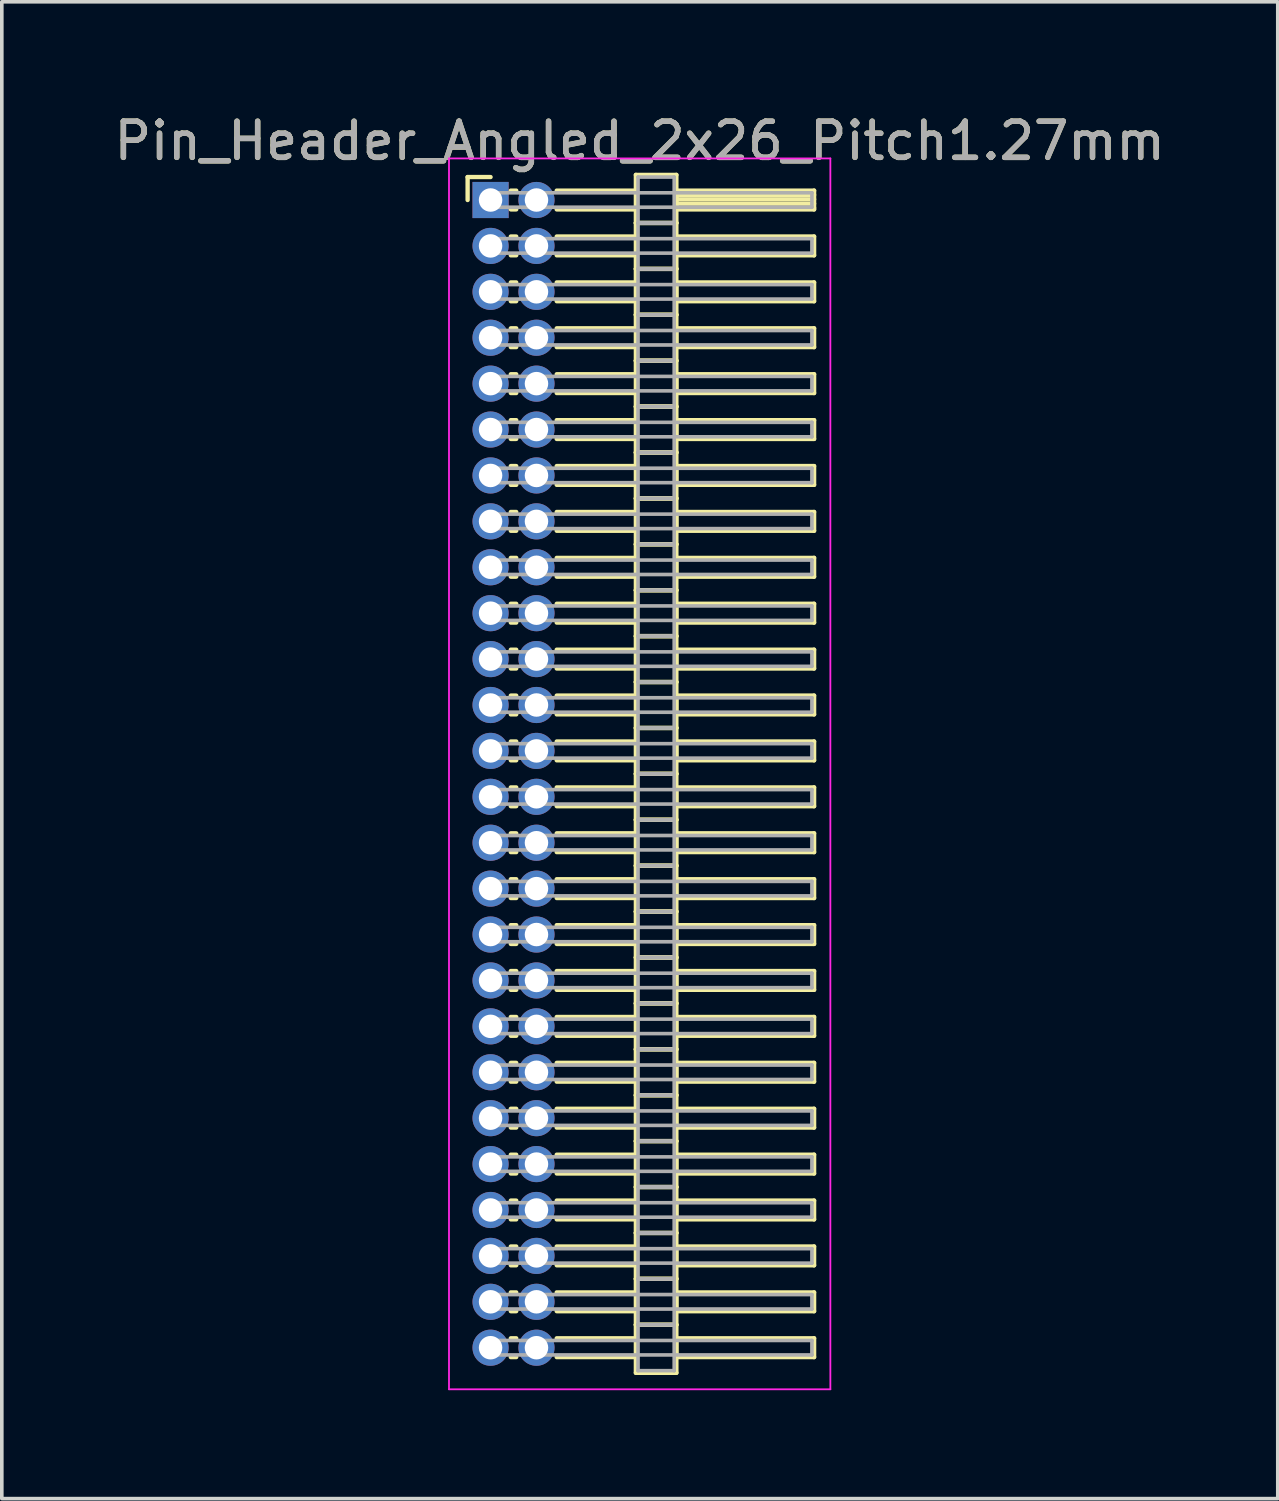
<source format=kicad_pcb>
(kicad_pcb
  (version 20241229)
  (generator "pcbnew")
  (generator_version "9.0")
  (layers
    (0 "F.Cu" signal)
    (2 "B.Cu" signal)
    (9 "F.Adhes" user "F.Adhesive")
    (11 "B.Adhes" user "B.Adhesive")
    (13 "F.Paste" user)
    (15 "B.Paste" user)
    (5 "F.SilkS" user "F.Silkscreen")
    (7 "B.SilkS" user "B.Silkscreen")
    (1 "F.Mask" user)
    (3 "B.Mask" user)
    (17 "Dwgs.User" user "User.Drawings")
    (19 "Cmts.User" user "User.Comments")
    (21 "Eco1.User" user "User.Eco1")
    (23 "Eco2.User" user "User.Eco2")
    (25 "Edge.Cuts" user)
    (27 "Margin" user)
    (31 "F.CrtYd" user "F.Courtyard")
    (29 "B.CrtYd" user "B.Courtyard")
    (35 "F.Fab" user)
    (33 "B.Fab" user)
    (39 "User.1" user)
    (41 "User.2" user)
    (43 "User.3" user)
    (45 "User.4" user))
  (footprint "Pin_Header_Angled_2x26_Pitch1.27mm"
    (layer "F.Cu")
    (at 10.521 2.483)
    (property "Reference" "Pin_Header_Angled_2x26_Pitch1.27mm" (at 4.128 -1.635 0) (layer "F.SilkS") (effects (font (size 1 1) (thickness 0.15))))
    (attr through_hole)
    (fp_line (start -0.635 -0.635) (end 0 -0.635) (stroke (width 0.12) (type solid)) (layer "F.SilkS"))
    (fp_line (start -0.635 0) (end -0.635 -0.635) (stroke (width 0.12) (type solid)) (layer "F.SilkS"))
    (fp_line (start 0.56 -0.26) (end 0.71 -0.26) (stroke (width 0.12) (type solid)) (layer "F.SilkS"))
    (fp_line (start 0.56 0.26) (end 0.71 0.26) (stroke (width 0.12) (type solid)) (layer "F.SilkS"))
    (fp_line (start 0.56 1.01) (end 0.71 1.01) (stroke (width 0.12) (type solid)) (layer "F.SilkS"))
    (fp_line (start 0.56 1.53) (end 0.71 1.53) (stroke (width 0.12) (type solid)) (layer "F.SilkS"))
    (fp_line (start 0.56 2.28) (end 0.71 2.28) (stroke (width 0.12) (type solid)) (layer "F.SilkS"))
    (fp_line (start 0.56 2.8) (end 0.71 2.8) (stroke (width 0.12) (type solid)) (layer "F.SilkS"))
    (fp_line (start 0.56 3.55) (end 0.71 3.55) (stroke (width 0.12) (type solid)) (layer "F.SilkS"))
    (fp_line (start 0.56 4.07) (end 0.71 4.07) (stroke (width 0.12) (type solid)) (layer "F.SilkS"))
    (fp_line (start 0.56 4.82) (end 0.71 4.82) (stroke (width 0.12) (type solid)) (layer "F.SilkS"))
    (fp_line (start 0.56 5.34) (end 0.71 5.34) (stroke (width 0.12) (type solid)) (layer "F.SilkS"))
    (fp_line (start 0.56 6.09) (end 0.71 6.09) (stroke (width 0.12) (type solid)) (layer "F.SilkS"))
    (fp_line (start 0.56 6.61) (end 0.71 6.61) (stroke (width 0.12) (type solid)) (layer "F.SilkS"))
    (fp_line (start 0.56 7.36) (end 0.71 7.36) (stroke (width 0.12) (type solid)) (layer "F.SilkS"))
    (fp_line (start 0.56 7.88) (end 0.71 7.88) (stroke (width 0.12) (type solid)) (layer "F.SilkS"))
    (fp_line (start 0.56 8.63) (end 0.71 8.63) (stroke (width 0.12) (type solid)) (layer "F.SilkS"))
    (fp_line (start 0.56 9.15) (end 0.71 9.15) (stroke (width 0.12) (type solid)) (layer "F.SilkS"))
    (fp_line (start 0.56 9.9) (end 0.71 9.9) (stroke (width 0.12) (type solid)) (layer "F.SilkS"))
    (fp_line (start 0.56 10.42) (end 0.71 10.42) (stroke (width 0.12) (type solid)) (layer "F.SilkS"))
    (fp_line (start 0.56 11.17) (end 0.71 11.17) (stroke (width 0.12) (type solid)) (layer "F.SilkS"))
    (fp_line (start 0.56 11.69) (end 0.71 11.69) (stroke (width 0.12) (type solid)) (layer "F.SilkS"))
    (fp_line (start 0.56 12.44) (end 0.71 12.44) (stroke (width 0.12) (type solid)) (layer "F.SilkS"))
    (fp_line (start 0.56 12.96) (end 0.71 12.96) (stroke (width 0.12) (type solid)) (layer "F.SilkS"))
    (fp_line (start 0.56 13.71) (end 0.71 13.71) (stroke (width 0.12) (type solid)) (layer "F.SilkS"))
    (fp_line (start 0.56 14.23) (end 0.71 14.23) (stroke (width 0.12) (type solid)) (layer "F.SilkS"))
    (fp_line (start 0.56 14.98) (end 0.71 14.98) (stroke (width 0.12) (type solid)) (layer "F.SilkS"))
    (fp_line (start 0.56 15.5) (end 0.71 15.5) (stroke (width 0.12) (type solid)) (layer "F.SilkS"))
    (fp_line (start 0.56 16.25) (end 0.71 16.25) (stroke (width 0.12) (type solid)) (layer "F.SilkS"))
    (fp_line (start 0.56 16.77) (end 0.71 16.77) (stroke (width 0.12) (type solid)) (layer "F.SilkS"))
    (fp_line (start 0.56 17.52) (end 0.71 17.52) (stroke (width 0.12) (type solid)) (layer "F.SilkS"))
    (fp_line (start 0.56 18.04) (end 0.71 18.04) (stroke (width 0.12) (type solid)) (layer "F.SilkS"))
    (fp_line (start 0.56 18.79) (end 0.71 18.79) (stroke (width 0.12) (type solid)) (layer "F.SilkS"))
    (fp_line (start 0.56 19.31) (end 0.71 19.31) (stroke (width 0.12) (type solid)) (layer "F.SilkS"))
    (fp_line (start 0.56 20.06) (end 0.71 20.06) (stroke (width 0.12) (type solid)) (layer "F.SilkS"))
    (fp_line (start 0.56 20.58) (end 0.71 20.58) (stroke (width 0.12) (type solid)) (layer "F.SilkS"))
    (fp_line (start 0.56 21.33) (end 0.71 21.33) (stroke (width 0.12) (type solid)) (layer "F.SilkS"))
    (fp_line (start 0.56 21.85) (end 0.71 21.85) (stroke (width 0.12) (type solid)) (layer "F.SilkS"))
    (fp_line (start 0.56 22.6) (end 0.71 22.6) (stroke (width 0.12) (type solid)) (layer "F.SilkS"))
    (fp_line (start 0.56 23.12) (end 0.71 23.12) (stroke (width 0.12) (type solid)) (layer "F.SilkS"))
    (fp_line (start 0.56 23.87) (end 0.71 23.87) (stroke (width 0.12) (type solid)) (layer "F.SilkS"))
    (fp_line (start 0.56 24.39) (end 0.71 24.39) (stroke (width 0.12) (type solid)) (layer "F.SilkS"))
    (fp_line (start 0.56 25.14) (end 0.71 25.14) (stroke (width 0.12) (type solid)) (layer "F.SilkS"))
    (fp_line (start 0.56 25.66) (end 0.71 25.66) (stroke (width 0.12) (type solid)) (layer "F.SilkS"))
    (fp_line (start 0.56 26.41) (end 0.71 26.41) (stroke (width 0.12) (type solid)) (layer "F.SilkS"))
    (fp_line (start 0.56 26.93) (end 0.71 26.93) (stroke (width 0.12) (type solid)) (layer "F.SilkS"))
    (fp_line (start 0.56 27.68) (end 0.71 27.68) (stroke (width 0.12) (type solid)) (layer "F.SilkS"))
    (fp_line (start 0.56 28.2) (end 0.71 28.2) (stroke (width 0.12) (type solid)) (layer "F.SilkS"))
    (fp_line (start 0.56 28.95) (end 0.71 28.95) (stroke (width 0.12) (type solid)) (layer "F.SilkS"))
    (fp_line (start 0.56 29.47) (end 0.71 29.47) (stroke (width 0.12) (type solid)) (layer "F.SilkS"))
    (fp_line (start 0.56 30.22) (end 0.71 30.22) (stroke (width 0.12) (type solid)) (layer "F.SilkS"))
    (fp_line (start 0.56 30.74) (end 0.71 30.74) (stroke (width 0.12) (type solid)) (layer "F.SilkS"))
    (fp_line (start 0.56 31.49) (end 0.71 31.49) (stroke (width 0.12) (type solid)) (layer "F.SilkS"))
    (fp_line (start 0.56 32.01) (end 0.71 32.01) (stroke (width 0.12) (type solid)) (layer "F.SilkS"))
    (fp_line (start 1.83 -0.26) (end 4.02 -0.26) (stroke (width 0.12) (type solid)) (layer "F.SilkS"))
    (fp_line (start 1.83 0.26) (end 4.02 0.26) (stroke (width 0.12) (type solid)) (layer "F.SilkS"))
    (fp_line (start 1.83 1.01) (end 4.02 1.01) (stroke (width 0.12) (type solid)) (layer "F.SilkS"))
    (fp_line (start 1.83 1.53) (end 4.02 1.53) (stroke (width 0.12) (type solid)) (layer "F.SilkS"))
    (fp_line (start 1.83 2.28) (end 4.02 2.28) (stroke (width 0.12) (type solid)) (layer "F.SilkS"))
    (fp_line (start 1.83 2.8) (end 4.02 2.8) (stroke (width 0.12) (type solid)) (layer "F.SilkS"))
    (fp_line (start 1.83 3.55) (end 4.02 3.55) (stroke (width 0.12) (type solid)) (layer "F.SilkS"))
    (fp_line (start 1.83 4.07) (end 4.02 4.07) (stroke (width 0.12) (type solid)) (layer "F.SilkS"))
    (fp_line (start 1.83 4.82) (end 4.02 4.82) (stroke (width 0.12) (type solid)) (layer "F.SilkS"))
    (fp_line (start 1.83 5.34) (end 4.02 5.34) (stroke (width 0.12) (type solid)) (layer "F.SilkS"))
    (fp_line (start 1.83 6.09) (end 4.02 6.09) (stroke (width 0.12) (type solid)) (layer "F.SilkS"))
    (fp_line (start 1.83 6.61) (end 4.02 6.61) (stroke (width 0.12) (type solid)) (layer "F.SilkS"))
    (fp_line (start 1.83 7.36) (end 4.02 7.36) (stroke (width 0.12) (type solid)) (layer "F.SilkS"))
    (fp_line (start 1.83 7.88) (end 4.02 7.88) (stroke (width 0.12) (type solid)) (layer "F.SilkS"))
    (fp_line (start 1.83 8.63) (end 4.02 8.63) (stroke (width 0.12) (type solid)) (layer "F.SilkS"))
    (fp_line (start 1.83 9.15) (end 4.02 9.15) (stroke (width 0.12) (type solid)) (layer "F.SilkS"))
    (fp_line (start 1.83 9.9) (end 4.02 9.9) (stroke (width 0.12) (type solid)) (layer "F.SilkS"))
    (fp_line (start 1.83 10.42) (end 4.02 10.42) (stroke (width 0.12) (type solid)) (layer "F.SilkS"))
    (fp_line (start 1.83 11.17) (end 4.02 11.17) (stroke (width 0.12) (type solid)) (layer "F.SilkS"))
    (fp_line (start 1.83 11.69) (end 4.02 11.69) (stroke (width 0.12) (type solid)) (layer "F.SilkS"))
    (fp_line (start 1.83 12.44) (end 4.02 12.44) (stroke (width 0.12) (type solid)) (layer "F.SilkS"))
    (fp_line (start 1.83 12.96) (end 4.02 12.96) (stroke (width 0.12) (type solid)) (layer "F.SilkS"))
    (fp_line (start 1.83 13.71) (end 4.02 13.71) (stroke (width 0.12) (type solid)) (layer "F.SilkS"))
    (fp_line (start 1.83 14.23) (end 4.02 14.23) (stroke (width 0.12) (type solid)) (layer "F.SilkS"))
    (fp_line (start 1.83 14.98) (end 4.02 14.98) (stroke (width 0.12) (type solid)) (layer "F.SilkS"))
    (fp_line (start 1.83 15.5) (end 4.02 15.5) (stroke (width 0.12) (type solid)) (layer "F.SilkS"))
    (fp_line (start 1.83 16.25) (end 4.02 16.25) (stroke (width 0.12) (type solid)) (layer "F.SilkS"))
    (fp_line (start 1.83 16.77) (end 4.02 16.77) (stroke (width 0.12) (type solid)) (layer "F.SilkS"))
    (fp_line (start 1.83 17.52) (end 4.02 17.52) (stroke (width 0.12) (type solid)) (layer "F.SilkS"))
    (fp_line (start 1.83 18.04) (end 4.02 18.04) (stroke (width 0.12) (type solid)) (layer "F.SilkS"))
    (fp_line (start 1.83 18.79) (end 4.02 18.79) (stroke (width 0.12) (type solid)) (layer "F.SilkS"))
    (fp_line (start 1.83 19.31) (end 4.02 19.31) (stroke (width 0.12) (type solid)) (layer "F.SilkS"))
    (fp_line (start 1.83 20.06) (end 4.02 20.06) (stroke (width 0.12) (type solid)) (layer "F.SilkS"))
    (fp_line (start 1.83 20.58) (end 4.02 20.58) (stroke (width 0.12) (type solid)) (layer "F.SilkS"))
    (fp_line (start 1.83 21.33) (end 4.02 21.33) (stroke (width 0.12) (type solid)) (layer "F.SilkS"))
    (fp_line (start 1.83 21.85) (end 4.02 21.85) (stroke (width 0.12) (type solid)) (layer "F.SilkS"))
    (fp_line (start 1.83 22.6) (end 4.02 22.6) (stroke (width 0.12) (type solid)) (layer "F.SilkS"))
    (fp_line (start 1.83 23.12) (end 4.02 23.12) (stroke (width 0.12) (type solid)) (layer "F.SilkS"))
    (fp_line (start 1.83 23.87) (end 4.02 23.87) (stroke (width 0.12) (type solid)) (layer "F.SilkS"))
    (fp_line (start 1.83 24.39) (end 4.02 24.39) (stroke (width 0.12) (type solid)) (layer "F.SilkS"))
    (fp_line (start 1.83 25.14) (end 4.02 25.14) (stroke (width 0.12) (type solid)) (layer "F.SilkS"))
    (fp_line (start 1.83 25.66) (end 4.02 25.66) (stroke (width 0.12) (type solid)) (layer "F.SilkS"))
    (fp_line (start 1.83 26.41) (end 4.02 26.41) (stroke (width 0.12) (type solid)) (layer "F.SilkS"))
    (fp_line (start 1.83 26.93) (end 4.02 26.93) (stroke (width 0.12) (type solid)) (layer "F.SilkS"))
    (fp_line (start 1.83 27.68) (end 4.02 27.68) (stroke (width 0.12) (type solid)) (layer "F.SilkS"))
    (fp_line (start 1.83 28.2) (end 4.02 28.2) (stroke (width 0.12) (type solid)) (layer "F.SilkS"))
    (fp_line (start 1.83 28.95) (end 4.02 28.95) (stroke (width 0.12) (type solid)) (layer "F.SilkS"))
    (fp_line (start 1.83 29.47) (end 4.02 29.47) (stroke (width 0.12) (type solid)) (layer "F.SilkS"))
    (fp_line (start 1.83 30.22) (end 4.02 30.22) (stroke (width 0.12) (type solid)) (layer "F.SilkS"))
    (fp_line (start 1.83 30.74) (end 4.02 30.74) (stroke (width 0.12) (type solid)) (layer "F.SilkS"))
    (fp_line (start 1.83 31.49) (end 4.02 31.49) (stroke (width 0.12) (type solid)) (layer "F.SilkS"))
    (fp_line (start 1.83 32.01) (end 4.02 32.01) (stroke (width 0.12) (type solid)) (layer "F.SilkS"))
    (fp_line (start 4.02 -0.695) (end 4.02 0.635) (stroke (width 0.12) (type solid)) (layer "F.SilkS"))
    (fp_line (start 4.02 0.635) (end 4.02 1.905) (stroke (width 0.12) (type solid)) (layer "F.SilkS"))
    (fp_line (start 4.02 0.635) (end 5.14 0.635) (stroke (width 0.12) (type solid)) (layer "F.SilkS"))
    (fp_line (start 4.02 1.905) (end 4.02 3.175) (stroke (width 0.12) (type solid)) (layer "F.SilkS"))
    (fp_line (start 4.02 1.905) (end 5.14 1.905) (stroke (width 0.12) (type solid)) (layer "F.SilkS"))
    (fp_line (start 4.02 3.175) (end 4.02 4.445) (stroke (width 0.12) (type solid)) (layer "F.SilkS"))
    (fp_line (start 4.02 3.175) (end 5.14 3.175) (stroke (width 0.12) (type solid)) (layer "F.SilkS"))
    (fp_line (start 4.02 4.445) (end 4.02 5.715) (stroke (width 0.12) (type solid)) (layer "F.SilkS"))
    (fp_line (start 4.02 4.445) (end 5.14 4.445) (stroke (width 0.12) (type solid)) (layer "F.SilkS"))
    (fp_line (start 4.02 5.715) (end 4.02 6.985) (stroke (width 0.12) (type solid)) (layer "F.SilkS"))
    (fp_line (start 4.02 5.715) (end 5.14 5.715) (stroke (width 0.12) (type solid)) (layer "F.SilkS"))
    (fp_line (start 4.02 6.985) (end 4.02 8.255) (stroke (width 0.12) (type solid)) (layer "F.SilkS"))
    (fp_line (start 4.02 6.985) (end 5.14 6.985) (stroke (width 0.12) (type solid)) (layer "F.SilkS"))
    (fp_line (start 4.02 8.255) (end 4.02 9.525) (stroke (width 0.12) (type solid)) (layer "F.SilkS"))
    (fp_line (start 4.02 8.255) (end 5.14 8.255) (stroke (width 0.12) (type solid)) (layer "F.SilkS"))
    (fp_line (start 4.02 9.525) (end 4.02 10.795) (stroke (width 0.12) (type solid)) (layer "F.SilkS"))
    (fp_line (start 4.02 9.525) (end 5.14 9.525) (stroke (width 0.12) (type solid)) (layer "F.SilkS"))
    (fp_line (start 4.02 10.795) (end 4.02 12.065) (stroke (width 0.12) (type solid)) (layer "F.SilkS"))
    (fp_line (start 4.02 10.795) (end 5.14 10.795) (stroke (width 0.12) (type solid)) (layer "F.SilkS"))
    (fp_line (start 4.02 12.065) (end 4.02 13.335) (stroke (width 0.12) (type solid)) (layer "F.SilkS"))
    (fp_line (start 4.02 12.065) (end 5.14 12.065) (stroke (width 0.12) (type solid)) (layer "F.SilkS"))
    (fp_line (start 4.02 13.335) (end 4.02 14.605) (stroke (width 0.12) (type solid)) (layer "F.SilkS"))
    (fp_line (start 4.02 13.335) (end 5.14 13.335) (stroke (width 0.12) (type solid)) (layer "F.SilkS"))
    (fp_line (start 4.02 14.605) (end 4.02 15.875) (stroke (width 0.12) (type solid)) (layer "F.SilkS"))
    (fp_line (start 4.02 14.605) (end 5.14 14.605) (stroke (width 0.12) (type solid)) (layer "F.SilkS"))
    (fp_line (start 4.02 15.875) (end 4.02 17.145) (stroke (width 0.12) (type solid)) (layer "F.SilkS"))
    (fp_line (start 4.02 15.875) (end 5.14 15.875) (stroke (width 0.12) (type solid)) (layer "F.SilkS"))
    (fp_line (start 4.02 17.145) (end 4.02 18.415) (stroke (width 0.12) (type solid)) (layer "F.SilkS"))
    (fp_line (start 4.02 17.145) (end 5.14 17.145) (stroke (width 0.12) (type solid)) (layer "F.SilkS"))
    (fp_line (start 4.02 18.415) (end 4.02 19.685) (stroke (width 0.12) (type solid)) (layer "F.SilkS"))
    (fp_line (start 4.02 18.415) (end 5.14 18.415) (stroke (width 0.12) (type solid)) (layer "F.SilkS"))
    (fp_line (start 4.02 19.685) (end 4.02 20.955) (stroke (width 0.12) (type solid)) (layer "F.SilkS"))
    (fp_line (start 4.02 19.685) (end 5.14 19.685) (stroke (width 0.12) (type solid)) (layer "F.SilkS"))
    (fp_line (start 4.02 20.955) (end 4.02 22.225) (stroke (width 0.12) (type solid)) (layer "F.SilkS"))
    (fp_line (start 4.02 20.955) (end 5.14 20.955) (stroke (width 0.12) (type solid)) (layer "F.SilkS"))
    (fp_line (start 4.02 22.225) (end 4.02 23.495) (stroke (width 0.12) (type solid)) (layer "F.SilkS"))
    (fp_line (start 4.02 22.225) (end 5.14 22.225) (stroke (width 0.12) (type solid)) (layer "F.SilkS"))
    (fp_line (start 4.02 23.495) (end 4.02 24.765) (stroke (width 0.12) (type solid)) (layer "F.SilkS"))
    (fp_line (start 4.02 23.495) (end 5.14 23.495) (stroke (width 0.12) (type solid)) (layer "F.SilkS"))
    (fp_line (start 4.02 24.765) (end 4.02 26.035) (stroke (width 0.12) (type solid)) (layer "F.SilkS"))
    (fp_line (start 4.02 24.765) (end 5.14 24.765) (stroke (width 0.12) (type solid)) (layer "F.SilkS"))
    (fp_line (start 4.02 26.035) (end 4.02 27.305) (stroke (width 0.12) (type solid)) (layer "F.SilkS"))
    (fp_line (start 4.02 26.035) (end 5.14 26.035) (stroke (width 0.12) (type solid)) (layer "F.SilkS"))
    (fp_line (start 4.02 27.305) (end 4.02 28.575) (stroke (width 0.12) (type solid)) (layer "F.SilkS"))
    (fp_line (start 4.02 27.305) (end 5.14 27.305) (stroke (width 0.12) (type solid)) (layer "F.SilkS"))
    (fp_line (start 4.02 28.575) (end 4.02 29.845) (stroke (width 0.12) (type solid)) (layer "F.SilkS"))
    (fp_line (start 4.02 28.575) (end 5.14 28.575) (stroke (width 0.12) (type solid)) (layer "F.SilkS"))
    (fp_line (start 4.02 29.845) (end 4.02 31.115) (stroke (width 0.12) (type solid)) (layer "F.SilkS"))
    (fp_line (start 4.02 29.845) (end 5.14 29.845) (stroke (width 0.12) (type solid)) (layer "F.SilkS"))
    (fp_line (start 4.02 31.115) (end 4.02 32.445) (stroke (width 0.12) (type solid)) (layer "F.SilkS"))
    (fp_line (start 4.02 31.115) (end 5.14 31.115) (stroke (width 0.12) (type solid)) (layer "F.SilkS"))
    (fp_line (start 4.02 32.445) (end 5.14 32.445) (stroke (width 0.12) (type solid)) (layer "F.SilkS"))
    (fp_line (start 5.14 -0.695) (end 4.02 -0.695) (stroke (width 0.12) (type solid)) (layer "F.SilkS"))
    (fp_line (start 5.14 -0.26) (end 5.14 0.26) (stroke (width 0.12) (type solid)) (layer "F.SilkS"))
    (fp_line (start 5.14 -0.14) (end 8.95 -0.14) (stroke (width 0.12) (type solid)) (layer "F.SilkS"))
    (fp_line (start 5.14 -0.02) (end 8.95 -0.02) (stroke (width 0.12) (type solid)) (layer "F.SilkS"))
    (fp_line (start 5.14 0.1) (end 8.95 0.1) (stroke (width 0.12) (type solid)) (layer "F.SilkS"))
    (fp_line (start 5.14 0.22) (end 8.95 0.22) (stroke (width 0.12) (type solid)) (layer "F.SilkS"))
    (fp_line (start 5.14 0.26) (end 8.95 0.26) (stroke (width 0.12) (type solid)) (layer "F.SilkS"))
    (fp_line (start 5.14 0.635) (end 4.02 0.635) (stroke (width 0.12) (type solid)) (layer "F.SilkS"))
    (fp_line (start 5.14 0.635) (end 5.14 -0.695) (stroke (width 0.12) (type solid)) (layer "F.SilkS"))
    (fp_line (start 5.14 1.01) (end 5.14 1.53) (stroke (width 0.12) (type solid)) (layer "F.SilkS"))
    (fp_line (start 5.14 1.53) (end 8.95 1.53) (stroke (width 0.12) (type solid)) (layer "F.SilkS"))
    (fp_line (start 5.14 1.905) (end 4.02 1.905) (stroke (width 0.12) (type solid)) (layer "F.SilkS"))
    (fp_line (start 5.14 1.905) (end 5.14 0.635) (stroke (width 0.12) (type solid)) (layer "F.SilkS"))
    (fp_line (start 5.14 2.28) (end 5.14 2.8) (stroke (width 0.12) (type solid)) (layer "F.SilkS"))
    (fp_line (start 5.14 2.8) (end 8.95 2.8) (stroke (width 0.12) (type solid)) (layer "F.SilkS"))
    (fp_line (start 5.14 3.175) (end 4.02 3.175) (stroke (width 0.12) (type solid)) (layer "F.SilkS"))
    (fp_line (start 5.14 3.175) (end 5.14 1.905) (stroke (width 0.12) (type solid)) (layer "F.SilkS"))
    (fp_line (start 5.14 3.55) (end 5.14 4.07) (stroke (width 0.12) (type solid)) (layer "F.SilkS"))
    (fp_line (start 5.14 4.07) (end 8.95 4.07) (stroke (width 0.12) (type solid)) (layer "F.SilkS"))
    (fp_line (start 5.14 4.445) (end 4.02 4.445) (stroke (width 0.12) (type solid)) (layer "F.SilkS"))
    (fp_line (start 5.14 4.445) (end 5.14 3.175) (stroke (width 0.12) (type solid)) (layer "F.SilkS"))
    (fp_line (start 5.14 4.82) (end 5.14 5.34) (stroke (width 0.12) (type solid)) (layer "F.SilkS"))
    (fp_line (start 5.14 5.34) (end 8.95 5.34) (stroke (width 0.12) (type solid)) (layer "F.SilkS"))
    (fp_line (start 5.14 5.715) (end 4.02 5.715) (stroke (width 0.12) (type solid)) (layer "F.SilkS"))
    (fp_line (start 5.14 5.715) (end 5.14 4.445) (stroke (width 0.12) (type solid)) (layer "F.SilkS"))
    (fp_line (start 5.14 6.09) (end 5.14 6.61) (stroke (width 0.12) (type solid)) (layer "F.SilkS"))
    (fp_line (start 5.14 6.61) (end 8.95 6.61) (stroke (width 0.12) (type solid)) (layer "F.SilkS"))
    (fp_line (start 5.14 6.985) (end 4.02 6.985) (stroke (width 0.12) (type solid)) (layer "F.SilkS"))
    (fp_line (start 5.14 6.985) (end 5.14 5.715) (stroke (width 0.12) (type solid)) (layer "F.SilkS"))
    (fp_line (start 5.14 7.36) (end 5.14 7.88) (stroke (width 0.12) (type solid)) (layer "F.SilkS"))
    (fp_line (start 5.14 7.88) (end 8.95 7.88) (stroke (width 0.12) (type solid)) (layer "F.SilkS"))
    (fp_line (start 5.14 8.255) (end 4.02 8.255) (stroke (width 0.12) (type solid)) (layer "F.SilkS"))
    (fp_line (start 5.14 8.255) (end 5.14 6.985) (stroke (width 0.12) (type solid)) (layer "F.SilkS"))
    (fp_line (start 5.14 8.63) (end 5.14 9.15) (stroke (width 0.12) (type solid)) (layer "F.SilkS"))
    (fp_line (start 5.14 9.15) (end 8.95 9.15) (stroke (width 0.12) (type solid)) (layer "F.SilkS"))
    (fp_line (start 5.14 9.525) (end 4.02 9.525) (stroke (width 0.12) (type solid)) (layer "F.SilkS"))
    (fp_line (start 5.14 9.525) (end 5.14 8.255) (stroke (width 0.12) (type solid)) (layer "F.SilkS"))
    (fp_line (start 5.14 9.9) (end 5.14 10.42) (stroke (width 0.12) (type solid)) (layer "F.SilkS"))
    (fp_line (start 5.14 10.42) (end 8.95 10.42) (stroke (width 0.12) (type solid)) (layer "F.SilkS"))
    (fp_line (start 5.14 10.795) (end 4.02 10.795) (stroke (width 0.12) (type solid)) (layer "F.SilkS"))
    (fp_line (start 5.14 10.795) (end 5.14 9.525) (stroke (width 0.12) (type solid)) (layer "F.SilkS"))
    (fp_line (start 5.14 11.17) (end 5.14 11.69) (stroke (width 0.12) (type solid)) (layer "F.SilkS"))
    (fp_line (start 5.14 11.69) (end 8.95 11.69) (stroke (width 0.12) (type solid)) (layer "F.SilkS"))
    (fp_line (start 5.14 12.065) (end 4.02 12.065) (stroke (width 0.12) (type solid)) (layer "F.SilkS"))
    (fp_line (start 5.14 12.065) (end 5.14 10.795) (stroke (width 0.12) (type solid)) (layer "F.SilkS"))
    (fp_line (start 5.14 12.44) (end 5.14 12.96) (stroke (width 0.12) (type solid)) (layer "F.SilkS"))
    (fp_line (start 5.14 12.96) (end 8.95 12.96) (stroke (width 0.12) (type solid)) (layer "F.SilkS"))
    (fp_line (start 5.14 13.335) (end 4.02 13.335) (stroke (width 0.12) (type solid)) (layer "F.SilkS"))
    (fp_line (start 5.14 13.335) (end 5.14 12.065) (stroke (width 0.12) (type solid)) (layer "F.SilkS"))
    (fp_line (start 5.14 13.71) (end 5.14 14.23) (stroke (width 0.12) (type solid)) (layer "F.SilkS"))
    (fp_line (start 5.14 14.23) (end 8.95 14.23) (stroke (width 0.12) (type solid)) (layer "F.SilkS"))
    (fp_line (start 5.14 14.605) (end 4.02 14.605) (stroke (width 0.12) (type solid)) (layer "F.SilkS"))
    (fp_line (start 5.14 14.605) (end 5.14 13.335) (stroke (width 0.12) (type solid)) (layer "F.SilkS"))
    (fp_line (start 5.14 14.98) (end 5.14 15.5) (stroke (width 0.12) (type solid)) (layer "F.SilkS"))
    (fp_line (start 5.14 15.5) (end 8.95 15.5) (stroke (width 0.12) (type solid)) (layer "F.SilkS"))
    (fp_line (start 5.14 15.875) (end 4.02 15.875) (stroke (width 0.12) (type solid)) (layer "F.SilkS"))
    (fp_line (start 5.14 15.875) (end 5.14 14.605) (stroke (width 0.12) (type solid)) (layer "F.SilkS"))
    (fp_line (start 5.14 16.25) (end 5.14 16.77) (stroke (width 0.12) (type solid)) (layer "F.SilkS"))
    (fp_line (start 5.14 16.77) (end 8.95 16.77) (stroke (width 0.12) (type solid)) (layer "F.SilkS"))
    (fp_line (start 5.14 17.145) (end 4.02 17.145) (stroke (width 0.12) (type solid)) (layer "F.SilkS"))
    (fp_line (start 5.14 17.145) (end 5.14 15.875) (stroke (width 0.12) (type solid)) (layer "F.SilkS"))
    (fp_line (start 5.14 17.52) (end 5.14 18.04) (stroke (width 0.12) (type solid)) (layer "F.SilkS"))
    (fp_line (start 5.14 18.04) (end 8.95 18.04) (stroke (width 0.12) (type solid)) (layer "F.SilkS"))
    (fp_line (start 5.14 18.415) (end 4.02 18.415) (stroke (width 0.12) (type solid)) (layer "F.SilkS"))
    (fp_line (start 5.14 18.415) (end 5.14 17.145) (stroke (width 0.12) (type solid)) (layer "F.SilkS"))
    (fp_line (start 5.14 18.79) (end 5.14 19.31) (stroke (width 0.12) (type solid)) (layer "F.SilkS"))
    (fp_line (start 5.14 19.31) (end 8.95 19.31) (stroke (width 0.12) (type solid)) (layer "F.SilkS"))
    (fp_line (start 5.14 19.685) (end 4.02 19.685) (stroke (width 0.12) (type solid)) (layer "F.SilkS"))
    (fp_line (start 5.14 19.685) (end 5.14 18.415) (stroke (width 0.12) (type solid)) (layer "F.SilkS"))
    (fp_line (start 5.14 20.06) (end 5.14 20.58) (stroke (width 0.12) (type solid)) (layer "F.SilkS"))
    (fp_line (start 5.14 20.58) (end 8.95 20.58) (stroke (width 0.12) (type solid)) (layer "F.SilkS"))
    (fp_line (start 5.14 20.955) (end 4.02 20.955) (stroke (width 0.12) (type solid)) (layer "F.SilkS"))
    (fp_line (start 5.14 20.955) (end 5.14 19.685) (stroke (width 0.12) (type solid)) (layer "F.SilkS"))
    (fp_line (start 5.14 21.33) (end 5.14 21.85) (stroke (width 0.12) (type solid)) (layer "F.SilkS"))
    (fp_line (start 5.14 21.85) (end 8.95 21.85) (stroke (width 0.12) (type solid)) (layer "F.SilkS"))
    (fp_line (start 5.14 22.225) (end 4.02 22.225) (stroke (width 0.12) (type solid)) (layer "F.SilkS"))
    (fp_line (start 5.14 22.225) (end 5.14 20.955) (stroke (width 0.12) (type solid)) (layer "F.SilkS"))
    (fp_line (start 5.14 22.6) (end 5.14 23.12) (stroke (width 0.12) (type solid)) (layer "F.SilkS"))
    (fp_line (start 5.14 23.12) (end 8.95 23.12) (stroke (width 0.12) (type solid)) (layer "F.SilkS"))
    (fp_line (start 5.14 23.495) (end 4.02 23.495) (stroke (width 0.12) (type solid)) (layer "F.SilkS"))
    (fp_line (start 5.14 23.495) (end 5.14 22.225) (stroke (width 0.12) (type solid)) (layer "F.SilkS"))
    (fp_line (start 5.14 23.87) (end 5.14 24.39) (stroke (width 0.12) (type solid)) (layer "F.SilkS"))
    (fp_line (start 5.14 24.39) (end 8.95 24.39) (stroke (width 0.12) (type solid)) (layer "F.SilkS"))
    (fp_line (start 5.14 24.765) (end 4.02 24.765) (stroke (width 0.12) (type solid)) (layer "F.SilkS"))
    (fp_line (start 5.14 24.765) (end 5.14 23.495) (stroke (width 0.12) (type solid)) (layer "F.SilkS"))
    (fp_line (start 5.14 25.14) (end 5.14 25.66) (stroke (width 0.12) (type solid)) (layer "F.SilkS"))
    (fp_line (start 5.14 25.66) (end 8.95 25.66) (stroke (width 0.12) (type solid)) (layer "F.SilkS"))
    (fp_line (start 5.14 26.035) (end 4.02 26.035) (stroke (width 0.12) (type solid)) (layer "F.SilkS"))
    (fp_line (start 5.14 26.035) (end 5.14 24.765) (stroke (width 0.12) (type solid)) (layer "F.SilkS"))
    (fp_line (start 5.14 26.41) (end 5.14 26.93) (stroke (width 0.12) (type solid)) (layer "F.SilkS"))
    (fp_line (start 5.14 26.93) (end 8.95 26.93) (stroke (width 0.12) (type solid)) (layer "F.SilkS"))
    (fp_line (start 5.14 27.305) (end 4.02 27.305) (stroke (width 0.12) (type solid)) (layer "F.SilkS"))
    (fp_line (start 5.14 27.305) (end 5.14 26.035) (stroke (width 0.12) (type solid)) (layer "F.SilkS"))
    (fp_line (start 5.14 27.68) (end 5.14 28.2) (stroke (width 0.12) (type solid)) (layer "F.SilkS"))
    (fp_line (start 5.14 28.2) (end 8.95 28.2) (stroke (width 0.12) (type solid)) (layer "F.SilkS"))
    (fp_line (start 5.14 28.575) (end 4.02 28.575) (stroke (width 0.12) (type solid)) (layer "F.SilkS"))
    (fp_line (start 5.14 28.575) (end 5.14 27.305) (stroke (width 0.12) (type solid)) (layer "F.SilkS"))
    (fp_line (start 5.14 28.95) (end 5.14 29.47) (stroke (width 0.12) (type solid)) (layer "F.SilkS"))
    (fp_line (start 5.14 29.47) (end 8.95 29.47) (stroke (width 0.12) (type solid)) (layer "F.SilkS"))
    (fp_line (start 5.14 29.845) (end 4.02 29.845) (stroke (width 0.12) (type solid)) (layer "F.SilkS"))
    (fp_line (start 5.14 29.845) (end 5.14 28.575) (stroke (width 0.12) (type solid)) (layer "F.SilkS"))
    (fp_line (start 5.14 30.22) (end 5.14 30.74) (stroke (width 0.12) (type solid)) (layer "F.SilkS"))
    (fp_line (start 5.14 30.74) (end 8.95 30.74) (stroke (width 0.12) (type solid)) (layer "F.SilkS"))
    (fp_line (start 5.14 31.115) (end 4.02 31.115) (stroke (width 0.12) (type solid)) (layer "F.SilkS"))
    (fp_line (start 5.14 31.115) (end 5.14 29.845) (stroke (width 0.12) (type solid)) (layer "F.SilkS"))
    (fp_line (start 5.14 31.49) (end 5.14 32.01) (stroke (width 0.12) (type solid)) (layer "F.SilkS"))
    (fp_line (start 5.14 32.01) (end 8.95 32.01) (stroke (width 0.12) (type solid)) (layer "F.SilkS"))
    (fp_line (start 5.14 32.445) (end 5.14 31.115) (stroke (width 0.12) (type solid)) (layer "F.SilkS"))
    (fp_line (start 8.95 -0.26) (end 5.14 -0.26) (stroke (width 0.12) (type solid)) (layer "F.SilkS"))
    (fp_line (start 8.95 0.26) (end 8.95 -0.26) (stroke (width 0.12) (type solid)) (layer "F.SilkS"))
    (fp_line (start 8.95 1.01) (end 5.14 1.01) (stroke (width 0.12) (type solid)) (layer "F.SilkS"))
    (fp_line (start 8.95 1.53) (end 8.95 1.01) (stroke (width 0.12) (type solid)) (layer "F.SilkS"))
    (fp_line (start 8.95 2.28) (end 5.14 2.28) (stroke (width 0.12) (type solid)) (layer "F.SilkS"))
    (fp_line (start 8.95 2.8) (end 8.95 2.28) (stroke (width 0.12) (type solid)) (layer "F.SilkS"))
    (fp_line (start 8.95 3.55) (end 5.14 3.55) (stroke (width 0.12) (type solid)) (layer "F.SilkS"))
    (fp_line (start 8.95 4.07) (end 8.95 3.55) (stroke (width 0.12) (type solid)) (layer "F.SilkS"))
    (fp_line (start 8.95 4.82) (end 5.14 4.82) (stroke (width 0.12) (type solid)) (layer "F.SilkS"))
    (fp_line (start 8.95 5.34) (end 8.95 4.82) (stroke (width 0.12) (type solid)) (layer "F.SilkS"))
    (fp_line (start 8.95 6.09) (end 5.14 6.09) (stroke (width 0.12) (type solid)) (layer "F.SilkS"))
    (fp_line (start 8.95 6.61) (end 8.95 6.09) (stroke (width 0.12) (type solid)) (layer "F.SilkS"))
    (fp_line (start 8.95 7.36) (end 5.14 7.36) (stroke (width 0.12) (type solid)) (layer "F.SilkS"))
    (fp_line (start 8.95 7.88) (end 8.95 7.36) (stroke (width 0.12) (type solid)) (layer "F.SilkS"))
    (fp_line (start 8.95 8.63) (end 5.14 8.63) (stroke (width 0.12) (type solid)) (layer "F.SilkS"))
    (fp_line (start 8.95 9.15) (end 8.95 8.63) (stroke (width 0.12) (type solid)) (layer "F.SilkS"))
    (fp_line (start 8.95 9.9) (end 5.14 9.9) (stroke (width 0.12) (type solid)) (layer "F.SilkS"))
    (fp_line (start 8.95 10.42) (end 8.95 9.9) (stroke (width 0.12) (type solid)) (layer "F.SilkS"))
    (fp_line (start 8.95 11.17) (end 5.14 11.17) (stroke (width 0.12) (type solid)) (layer "F.SilkS"))
    (fp_line (start 8.95 11.69) (end 8.95 11.17) (stroke (width 0.12) (type solid)) (layer "F.SilkS"))
    (fp_line (start 8.95 12.44) (end 5.14 12.44) (stroke (width 0.12) (type solid)) (layer "F.SilkS"))
    (fp_line (start 8.95 12.96) (end 8.95 12.44) (stroke (width 0.12) (type solid)) (layer "F.SilkS"))
    (fp_line (start 8.95 13.71) (end 5.14 13.71) (stroke (width 0.12) (type solid)) (layer "F.SilkS"))
    (fp_line (start 8.95 14.23) (end 8.95 13.71) (stroke (width 0.12) (type solid)) (layer "F.SilkS"))
    (fp_line (start 8.95 14.98) (end 5.14 14.98) (stroke (width 0.12) (type solid)) (layer "F.SilkS"))
    (fp_line (start 8.95 15.5) (end 8.95 14.98) (stroke (width 0.12) (type solid)) (layer "F.SilkS"))
    (fp_line (start 8.95 16.25) (end 5.14 16.25) (stroke (width 0.12) (type solid)) (layer "F.SilkS"))
    (fp_line (start 8.95 16.77) (end 8.95 16.25) (stroke (width 0.12) (type solid)) (layer "F.SilkS"))
    (fp_line (start 8.95 17.52) (end 5.14 17.52) (stroke (width 0.12) (type solid)) (layer "F.SilkS"))
    (fp_line (start 8.95 18.04) (end 8.95 17.52) (stroke (width 0.12) (type solid)) (layer "F.SilkS"))
    (fp_line (start 8.95 18.79) (end 5.14 18.79) (stroke (width 0.12) (type solid)) (layer "F.SilkS"))
    (fp_line (start 8.95 19.31) (end 8.95 18.79) (stroke (width 0.12) (type solid)) (layer "F.SilkS"))
    (fp_line (start 8.95 20.06) (end 5.14 20.06) (stroke (width 0.12) (type solid)) (layer "F.SilkS"))
    (fp_line (start 8.95 20.58) (end 8.95 20.06) (stroke (width 0.12) (type solid)) (layer "F.SilkS"))
    (fp_line (start 8.95 21.33) (end 5.14 21.33) (stroke (width 0.12) (type solid)) (layer "F.SilkS"))
    (fp_line (start 8.95 21.85) (end 8.95 21.33) (stroke (width 0.12) (type solid)) (layer "F.SilkS"))
    (fp_line (start 8.95 22.6) (end 5.14 22.6) (stroke (width 0.12) (type solid)) (layer "F.SilkS"))
    (fp_line (start 8.95 23.12) (end 8.95 22.6) (stroke (width 0.12) (type solid)) (layer "F.SilkS"))
    (fp_line (start 8.95 23.87) (end 5.14 23.87) (stroke (width 0.12) (type solid)) (layer "F.SilkS"))
    (fp_line (start 8.95 24.39) (end 8.95 23.87) (stroke (width 0.12) (type solid)) (layer "F.SilkS"))
    (fp_line (start 8.95 25.14) (end 5.14 25.14) (stroke (width 0.12) (type solid)) (layer "F.SilkS"))
    (fp_line (start 8.95 25.66) (end 8.95 25.14) (stroke (width 0.12) (type solid)) (layer "F.SilkS"))
    (fp_line (start 8.95 26.41) (end 5.14 26.41) (stroke (width 0.12) (type solid)) (layer "F.SilkS"))
    (fp_line (start 8.95 26.93) (end 8.95 26.41) (stroke (width 0.12) (type solid)) (layer "F.SilkS"))
    (fp_line (start 8.95 27.68) (end 5.14 27.68) (stroke (width 0.12) (type solid)) (layer "F.SilkS"))
    (fp_line (start 8.95 28.2) (end 8.95 27.68) (stroke (width 0.12) (type solid)) (layer "F.SilkS"))
    (fp_line (start 8.95 28.95) (end 5.14 28.95) (stroke (width 0.12) (type solid)) (layer "F.SilkS"))
    (fp_line (start 8.95 29.47) (end 8.95 28.95) (stroke (width 0.12) (type solid)) (layer "F.SilkS"))
    (fp_line (start 8.95 30.22) (end 5.14 30.22) (stroke (width 0.12) (type solid)) (layer "F.SilkS"))
    (fp_line (start 8.95 30.74) (end 8.95 30.22) (stroke (width 0.12) (type solid)) (layer "F.SilkS"))
    (fp_line (start 8.95 31.49) (end 5.14 31.49) (stroke (width 0.12) (type solid)) (layer "F.SilkS"))
    (fp_line (start 8.95 32.01) (end 8.95 31.49) (stroke (width 0.12) (type solid)) (layer "F.SilkS"))
    (fp_line (start -1.15 -1.15) (end -1.15 32.9) (stroke (width 0.05) (type solid)) (layer "F.CrtYd"))
    (fp_line (start -1.15 32.9) (end 9.4 32.9) (stroke (width 0.05) (type solid)) (layer "F.CrtYd"))
    (fp_line (start 9.4 -1.15) (end -1.15 -1.15) (stroke (width 0.05) (type solid)) (layer "F.CrtYd"))
    (fp_line (start 9.4 32.9) (end 9.4 -1.15) (stroke (width 0.05) (type solid)) (layer "F.CrtYd"))
    (fp_line (start 0 -0.2) (end 0 0.2) (stroke (width 0.1) (type solid)) (layer "F.Fab"))
    (fp_line (start 0 0.2) (end 8.89 0.2) (stroke (width 0.1) (type solid)) (layer "F.Fab"))
    (fp_line (start 0 1.07) (end 0 1.47) (stroke (width 0.1) (type solid)) (layer "F.Fab"))
    (fp_line (start 0 1.47) (end 8.89 1.47) (stroke (width 0.1) (type solid)) (layer "F.Fab"))
    (fp_line (start 0 2.34) (end 0 2.74) (stroke (width 0.1) (type solid)) (layer "F.Fab"))
    (fp_line (start 0 2.74) (end 8.89 2.74) (stroke (width 0.1) (type solid)) (layer "F.Fab"))
    (fp_line (start 0 3.61) (end 0 4.01) (stroke (width 0.1) (type solid)) (layer "F.Fab"))
    (fp_line (start 0 4.01) (end 8.89 4.01) (stroke (width 0.1) (type solid)) (layer "F.Fab"))
    (fp_line (start 0 4.88) (end 0 5.28) (stroke (width 0.1) (type solid)) (layer "F.Fab"))
    (fp_line (start 0 5.28) (end 8.89 5.28) (stroke (width 0.1) (type solid)) (layer "F.Fab"))
    (fp_line (start 0 6.15) (end 0 6.55) (stroke (width 0.1) (type solid)) (layer "F.Fab"))
    (fp_line (start 0 6.55) (end 8.89 6.55) (stroke (width 0.1) (type solid)) (layer "F.Fab"))
    (fp_line (start 0 7.42) (end 0 7.82) (stroke (width 0.1) (type solid)) (layer "F.Fab"))
    (fp_line (start 0 7.82) (end 8.89 7.82) (stroke (width 0.1) (type solid)) (layer "F.Fab"))
    (fp_line (start 0 8.69) (end 0 9.09) (stroke (width 0.1) (type solid)) (layer "F.Fab"))
    (fp_line (start 0 9.09) (end 8.89 9.09) (stroke (width 0.1) (type solid)) (layer "F.Fab"))
    (fp_line (start 0 9.96) (end 0 10.36) (stroke (width 0.1) (type solid)) (layer "F.Fab"))
    (fp_line (start 0 10.36) (end 8.89 10.36) (stroke (width 0.1) (type solid)) (layer "F.Fab"))
    (fp_line (start 0 11.23) (end 0 11.63) (stroke (width 0.1) (type solid)) (layer "F.Fab"))
    (fp_line (start 0 11.63) (end 8.89 11.63) (stroke (width 0.1) (type solid)) (layer "F.Fab"))
    (fp_line (start 0 12.5) (end 0 12.9) (stroke (width 0.1) (type solid)) (layer "F.Fab"))
    (fp_line (start 0 12.9) (end 8.89 12.9) (stroke (width 0.1) (type solid)) (layer "F.Fab"))
    (fp_line (start 0 13.77) (end 0 14.17) (stroke (width 0.1) (type solid)) (layer "F.Fab"))
    (fp_line (start 0 14.17) (end 8.89 14.17) (stroke (width 0.1) (type solid)) (layer "F.Fab"))
    (fp_line (start 0 15.04) (end 0 15.44) (stroke (width 0.1) (type solid)) (layer "F.Fab"))
    (fp_line (start 0 15.44) (end 8.89 15.44) (stroke (width 0.1) (type solid)) (layer "F.Fab"))
    (fp_line (start 0 16.31) (end 0 16.71) (stroke (width 0.1) (type solid)) (layer "F.Fab"))
    (fp_line (start 0 16.71) (end 8.89 16.71) (stroke (width 0.1) (type solid)) (layer "F.Fab"))
    (fp_line (start 0 17.58) (end 0 17.98) (stroke (width 0.1) (type solid)) (layer "F.Fab"))
    (fp_line (start 0 17.98) (end 8.89 17.98) (stroke (width 0.1) (type solid)) (layer "F.Fab"))
    (fp_line (start 0 18.85) (end 0 19.25) (stroke (width 0.1) (type solid)) (layer "F.Fab"))
    (fp_line (start 0 19.25) (end 8.89 19.25) (stroke (width 0.1) (type solid)) (layer "F.Fab"))
    (fp_line (start 0 20.12) (end 0 20.52) (stroke (width 0.1) (type solid)) (layer "F.Fab"))
    (fp_line (start 0 20.52) (end 8.89 20.52) (stroke (width 0.1) (type solid)) (layer "F.Fab"))
    (fp_line (start 0 21.39) (end 0 21.79) (stroke (width 0.1) (type solid)) (layer "F.Fab"))
    (fp_line (start 0 21.79) (end 8.89 21.79) (stroke (width 0.1) (type solid)) (layer "F.Fab"))
    (fp_line (start 0 22.66) (end 0 23.06) (stroke (width 0.1) (type solid)) (layer "F.Fab"))
    (fp_line (start 0 23.06) (end 8.89 23.06) (stroke (width 0.1) (type solid)) (layer "F.Fab"))
    (fp_line (start 0 23.93) (end 0 24.33) (stroke (width 0.1) (type solid)) (layer "F.Fab"))
    (fp_line (start 0 24.33) (end 8.89 24.33) (stroke (width 0.1) (type solid)) (layer "F.Fab"))
    (fp_line (start 0 25.2) (end 0 25.6) (stroke (width 0.1) (type solid)) (layer "F.Fab"))
    (fp_line (start 0 25.6) (end 8.89 25.6) (stroke (width 0.1) (type solid)) (layer "F.Fab"))
    (fp_line (start 0 26.47) (end 0 26.87) (stroke (width 0.1) (type solid)) (layer "F.Fab"))
    (fp_line (start 0 26.87) (end 8.89 26.87) (stroke (width 0.1) (type solid)) (layer "F.Fab"))
    (fp_line (start 0 27.74) (end 0 28.14) (stroke (width 0.1) (type solid)) (layer "F.Fab"))
    (fp_line (start 0 28.14) (end 8.89 28.14) (stroke (width 0.1) (type solid)) (layer "F.Fab"))
    (fp_line (start 0 29.01) (end 0 29.41) (stroke (width 0.1) (type solid)) (layer "F.Fab"))
    (fp_line (start 0 29.41) (end 8.89 29.41) (stroke (width 0.1) (type solid)) (layer "F.Fab"))
    (fp_line (start 0 30.28) (end 0 30.68) (stroke (width 0.1) (type solid)) (layer "F.Fab"))
    (fp_line (start 0 30.68) (end 8.89 30.68) (stroke (width 0.1) (type solid)) (layer "F.Fab"))
    (fp_line (start 0 31.55) (end 0 31.95) (stroke (width 0.1) (type solid)) (layer "F.Fab"))
    (fp_line (start 0 31.95) (end 8.89 31.95) (stroke (width 0.1) (type solid)) (layer "F.Fab"))
    (fp_line (start 4.08 -0.635) (end 4.08 0.635) (stroke (width 0.1) (type solid)) (layer "F.Fab"))
    (fp_line (start 4.08 0.635) (end 4.08 1.905) (stroke (width 0.1) (type solid)) (layer "F.Fab"))
    (fp_line (start 4.08 0.635) (end 5.08 0.635) (stroke (width 0.1) (type solid)) (layer "F.Fab"))
    (fp_line (start 4.08 1.905) (end 4.08 3.175) (stroke (width 0.1) (type solid)) (layer "F.Fab"))
    (fp_line (start 4.08 1.905) (end 5.08 1.905) (stroke (width 0.1) (type solid)) (layer "F.Fab"))
    (fp_line (start 4.08 3.175) (end 4.08 4.445) (stroke (width 0.1) (type solid)) (layer "F.Fab"))
    (fp_line (start 4.08 3.175) (end 5.08 3.175) (stroke (width 0.1) (type solid)) (layer "F.Fab"))
    (fp_line (start 4.08 4.445) (end 4.08 5.715) (stroke (width 0.1) (type solid)) (layer "F.Fab"))
    (fp_line (start 4.08 4.445) (end 5.08 4.445) (stroke (width 0.1) (type solid)) (layer "F.Fab"))
    (fp_line (start 4.08 5.715) (end 4.08 6.985) (stroke (width 0.1) (type solid)) (layer "F.Fab"))
    (fp_line (start 4.08 5.715) (end 5.08 5.715) (stroke (width 0.1) (type solid)) (layer "F.Fab"))
    (fp_line (start 4.08 6.985) (end 4.08 8.255) (stroke (width 0.1) (type solid)) (layer "F.Fab"))
    (fp_line (start 4.08 6.985) (end 5.08 6.985) (stroke (width 0.1) (type solid)) (layer "F.Fab"))
    (fp_line (start 4.08 8.255) (end 4.08 9.525) (stroke (width 0.1) (type solid)) (layer "F.Fab"))
    (fp_line (start 4.08 8.255) (end 5.08 8.255) (stroke (width 0.1) (type solid)) (layer "F.Fab"))
    (fp_line (start 4.08 9.525) (end 4.08 10.795) (stroke (width 0.1) (type solid)) (layer "F.Fab"))
    (fp_line (start 4.08 9.525) (end 5.08 9.525) (stroke (width 0.1) (type solid)) (layer "F.Fab"))
    (fp_line (start 4.08 10.795) (end 4.08 12.065) (stroke (width 0.1) (type solid)) (layer "F.Fab"))
    (fp_line (start 4.08 10.795) (end 5.08 10.795) (stroke (width 0.1) (type solid)) (layer "F.Fab"))
    (fp_line (start 4.08 12.065) (end 4.08 13.335) (stroke (width 0.1) (type solid)) (layer "F.Fab"))
    (fp_line (start 4.08 12.065) (end 5.08 12.065) (stroke (width 0.1) (type solid)) (layer "F.Fab"))
    (fp_line (start 4.08 13.335) (end 4.08 14.605) (stroke (width 0.1) (type solid)) (layer "F.Fab"))
    (fp_line (start 4.08 13.335) (end 5.08 13.335) (stroke (width 0.1) (type solid)) (layer "F.Fab"))
    (fp_line (start 4.08 14.605) (end 4.08 15.875) (stroke (width 0.1) (type solid)) (layer "F.Fab"))
    (fp_line (start 4.08 14.605) (end 5.08 14.605) (stroke (width 0.1) (type solid)) (layer "F.Fab"))
    (fp_line (start 4.08 15.875) (end 4.08 17.145) (stroke (width 0.1) (type solid)) (layer "F.Fab"))
    (fp_line (start 4.08 15.875) (end 5.08 15.875) (stroke (width 0.1) (type solid)) (layer "F.Fab"))
    (fp_line (start 4.08 17.145) (end 4.08 18.415) (stroke (width 0.1) (type solid)) (layer "F.Fab"))
    (fp_line (start 4.08 17.145) (end 5.08 17.145) (stroke (width 0.1) (type solid)) (layer "F.Fab"))
    (fp_line (start 4.08 18.415) (end 4.08 19.685) (stroke (width 0.1) (type solid)) (layer "F.Fab"))
    (fp_line (start 4.08 18.415) (end 5.08 18.415) (stroke (width 0.1) (type solid)) (layer "F.Fab"))
    (fp_line (start 4.08 19.685) (end 4.08 20.955) (stroke (width 0.1) (type solid)) (layer "F.Fab"))
    (fp_line (start 4.08 19.685) (end 5.08 19.685) (stroke (width 0.1) (type solid)) (layer "F.Fab"))
    (fp_line (start 4.08 20.955) (end 4.08 22.225) (stroke (width 0.1) (type solid)) (layer "F.Fab"))
    (fp_line (start 4.08 20.955) (end 5.08 20.955) (stroke (width 0.1) (type solid)) (layer "F.Fab"))
    (fp_line (start 4.08 22.225) (end 4.08 23.495) (stroke (width 0.1) (type solid)) (layer "F.Fab"))
    (fp_line (start 4.08 22.225) (end 5.08 22.225) (stroke (width 0.1) (type solid)) (layer "F.Fab"))
    (fp_line (start 4.08 23.495) (end 4.08 24.765) (stroke (width 0.1) (type solid)) (layer "F.Fab"))
    (fp_line (start 4.08 23.495) (end 5.08 23.495) (stroke (width 0.1) (type solid)) (layer "F.Fab"))
    (fp_line (start 4.08 24.765) (end 4.08 26.035) (stroke (width 0.1) (type solid)) (layer "F.Fab"))
    (fp_line (start 4.08 24.765) (end 5.08 24.765) (stroke (width 0.1) (type solid)) (layer "F.Fab"))
    (fp_line (start 4.08 26.035) (end 4.08 27.305) (stroke (width 0.1) (type solid)) (layer "F.Fab"))
    (fp_line (start 4.08 26.035) (end 5.08 26.035) (stroke (width 0.1) (type solid)) (layer "F.Fab"))
    (fp_line (start 4.08 27.305) (end 4.08 28.575) (stroke (width 0.1) (type solid)) (layer "F.Fab"))
    (fp_line (start 4.08 27.305) (end 5.08 27.305) (stroke (width 0.1) (type solid)) (layer "F.Fab"))
    (fp_line (start 4.08 28.575) (end 4.08 29.845) (stroke (width 0.1) (type solid)) (layer "F.Fab"))
    (fp_line (start 4.08 28.575) (end 5.08 28.575) (stroke (width 0.1) (type solid)) (layer "F.Fab"))
    (fp_line (start 4.08 29.845) (end 4.08 31.115) (stroke (width 0.1) (type solid)) (layer "F.Fab"))
    (fp_line (start 4.08 29.845) (end 5.08 29.845) (stroke (width 0.1) (type solid)) (layer "F.Fab"))
    (fp_line (start 4.08 31.115) (end 4.08 32.385) (stroke (width 0.1) (type solid)) (layer "F.Fab"))
    (fp_line (start 4.08 31.115) (end 5.08 31.115) (stroke (width 0.1) (type solid)) (layer "F.Fab"))
    (fp_line (start 4.08 32.385) (end 5.08 32.385) (stroke (width 0.1) (type solid)) (layer "F.Fab"))
    (fp_line (start 5.08 -0.635) (end 4.08 -0.635) (stroke (width 0.1) (type solid)) (layer "F.Fab"))
    (fp_line (start 5.08 0.635) (end 4.08 0.635) (stroke (width 0.1) (type solid)) (layer "F.Fab"))
    (fp_line (start 5.08 0.635) (end 5.08 -0.635) (stroke (width 0.1) (type solid)) (layer "F.Fab"))
    (fp_line (start 5.08 1.905) (end 4.08 1.905) (stroke (width 0.1) (type solid)) (layer "F.Fab"))
    (fp_line (start 5.08 1.905) (end 5.08 0.635) (stroke (width 0.1) (type solid)) (layer "F.Fab"))
    (fp_line (start 5.08 3.175) (end 4.08 3.175) (stroke (width 0.1) (type solid)) (layer "F.Fab"))
    (fp_line (start 5.08 3.175) (end 5.08 1.905) (stroke (width 0.1) (type solid)) (layer "F.Fab"))
    (fp_line (start 5.08 4.445) (end 4.08 4.445) (stroke (width 0.1) (type solid)) (layer "F.Fab"))
    (fp_line (start 5.08 4.445) (end 5.08 3.175) (stroke (width 0.1) (type solid)) (layer "F.Fab"))
    (fp_line (start 5.08 5.715) (end 4.08 5.715) (stroke (width 0.1) (type solid)) (layer "F.Fab"))
    (fp_line (start 5.08 5.715) (end 5.08 4.445) (stroke (width 0.1) (type solid)) (layer "F.Fab"))
    (fp_line (start 5.08 6.985) (end 4.08 6.985) (stroke (width 0.1) (type solid)) (layer "F.Fab"))
    (fp_line (start 5.08 6.985) (end 5.08 5.715) (stroke (width 0.1) (type solid)) (layer "F.Fab"))
    (fp_line (start 5.08 8.255) (end 4.08 8.255) (stroke (width 0.1) (type solid)) (layer "F.Fab"))
    (fp_line (start 5.08 8.255) (end 5.08 6.985) (stroke (width 0.1) (type solid)) (layer "F.Fab"))
    (fp_line (start 5.08 9.525) (end 4.08 9.525) (stroke (width 0.1) (type solid)) (layer "F.Fab"))
    (fp_line (start 5.08 9.525) (end 5.08 8.255) (stroke (width 0.1) (type solid)) (layer "F.Fab"))
    (fp_line (start 5.08 10.795) (end 4.08 10.795) (stroke (width 0.1) (type solid)) (layer "F.Fab"))
    (fp_line (start 5.08 10.795) (end 5.08 9.525) (stroke (width 0.1) (type solid)) (layer "F.Fab"))
    (fp_line (start 5.08 12.065) (end 4.08 12.065) (stroke (width 0.1) (type solid)) (layer "F.Fab"))
    (fp_line (start 5.08 12.065) (end 5.08 10.795) (stroke (width 0.1) (type solid)) (layer "F.Fab"))
    (fp_line (start 5.08 13.335) (end 4.08 13.335) (stroke (width 0.1) (type solid)) (layer "F.Fab"))
    (fp_line (start 5.08 13.335) (end 5.08 12.065) (stroke (width 0.1) (type solid)) (layer "F.Fab"))
    (fp_line (start 5.08 14.605) (end 4.08 14.605) (stroke (width 0.1) (type solid)) (layer "F.Fab"))
    (fp_line (start 5.08 14.605) (end 5.08 13.335) (stroke (width 0.1) (type solid)) (layer "F.Fab"))
    (fp_line (start 5.08 15.875) (end 4.08 15.875) (stroke (width 0.1) (type solid)) (layer "F.Fab"))
    (fp_line (start 5.08 15.875) (end 5.08 14.605) (stroke (width 0.1) (type solid)) (layer "F.Fab"))
    (fp_line (start 5.08 17.145) (end 4.08 17.145) (stroke (width 0.1) (type solid)) (layer "F.Fab"))
    (fp_line (start 5.08 17.145) (end 5.08 15.875) (stroke (width 0.1) (type solid)) (layer "F.Fab"))
    (fp_line (start 5.08 18.415) (end 4.08 18.415) (stroke (width 0.1) (type solid)) (layer "F.Fab"))
    (fp_line (start 5.08 18.415) (end 5.08 17.145) (stroke (width 0.1) (type solid)) (layer "F.Fab"))
    (fp_line (start 5.08 19.685) (end 4.08 19.685) (stroke (width 0.1) (type solid)) (layer "F.Fab"))
    (fp_line (start 5.08 19.685) (end 5.08 18.415) (stroke (width 0.1) (type solid)) (layer "F.Fab"))
    (fp_line (start 5.08 20.955) (end 4.08 20.955) (stroke (width 0.1) (type solid)) (layer "F.Fab"))
    (fp_line (start 5.08 20.955) (end 5.08 19.685) (stroke (width 0.1) (type solid)) (layer "F.Fab"))
    (fp_line (start 5.08 22.225) (end 4.08 22.225) (stroke (width 0.1) (type solid)) (layer "F.Fab"))
    (fp_line (start 5.08 22.225) (end 5.08 20.955) (stroke (width 0.1) (type solid)) (layer "F.Fab"))
    (fp_line (start 5.08 23.495) (end 4.08 23.495) (stroke (width 0.1) (type solid)) (layer "F.Fab"))
    (fp_line (start 5.08 23.495) (end 5.08 22.225) (stroke (width 0.1) (type solid)) (layer "F.Fab"))
    (fp_line (start 5.08 24.765) (end 4.08 24.765) (stroke (width 0.1) (type solid)) (layer "F.Fab"))
    (fp_line (start 5.08 24.765) (end 5.08 23.495) (stroke (width 0.1) (type solid)) (layer "F.Fab"))
    (fp_line (start 5.08 26.035) (end 4.08 26.035) (stroke (width 0.1) (type solid)) (layer "F.Fab"))
    (fp_line (start 5.08 26.035) (end 5.08 24.765) (stroke (width 0.1) (type solid)) (layer "F.Fab"))
    (fp_line (start 5.08 27.305) (end 4.08 27.305) (stroke (width 0.1) (type solid)) (layer "F.Fab"))
    (fp_line (start 5.08 27.305) (end 5.08 26.035) (stroke (width 0.1) (type solid)) (layer "F.Fab"))
    (fp_line (start 5.08 28.575) (end 4.08 28.575) (stroke (width 0.1) (type solid)) (layer "F.Fab"))
    (fp_line (start 5.08 28.575) (end 5.08 27.305) (stroke (width 0.1) (type solid)) (layer "F.Fab"))
    (fp_line (start 5.08 29.845) (end 4.08 29.845) (stroke (width 0.1) (type solid)) (layer "F.Fab"))
    (fp_line (start 5.08 29.845) (end 5.08 28.575) (stroke (width 0.1) (type solid)) (layer "F.Fab"))
    (fp_line (start 5.08 31.115) (end 4.08 31.115) (stroke (width 0.1) (type solid)) (layer "F.Fab"))
    (fp_line (start 5.08 31.115) (end 5.08 29.845) (stroke (width 0.1) (type solid)) (layer "F.Fab"))
    (fp_line (start 5.08 32.385) (end 5.08 31.115) (stroke (width 0.1) (type solid)) (layer "F.Fab"))
    (fp_line (start 8.89 -0.2) (end 0 -0.2) (stroke (width 0.1) (type solid)) (layer "F.Fab"))
    (fp_line (start 8.89 0.2) (end 8.89 -0.2) (stroke (width 0.1) (type solid)) (layer "F.Fab"))
    (fp_line (start 8.89 1.07) (end 0 1.07) (stroke (width 0.1) (type solid)) (layer "F.Fab"))
    (fp_line (start 8.89 1.47) (end 8.89 1.07) (stroke (width 0.1) (type solid)) (layer "F.Fab"))
    (fp_line (start 8.89 2.34) (end 0 2.34) (stroke (width 0.1) (type solid)) (layer "F.Fab"))
    (fp_line (start 8.89 2.74) (end 8.89 2.34) (stroke (width 0.1) (type solid)) (layer "F.Fab"))
    (fp_line (start 8.89 3.61) (end 0 3.61) (stroke (width 0.1) (type solid)) (layer "F.Fab"))
    (fp_line (start 8.89 4.01) (end 8.89 3.61) (stroke (width 0.1) (type solid)) (layer "F.Fab"))
    (fp_line (start 8.89 4.88) (end 0 4.88) (stroke (width 0.1) (type solid)) (layer "F.Fab"))
    (fp_line (start 8.89 5.28) (end 8.89 4.88) (stroke (width 0.1) (type solid)) (layer "F.Fab"))
    (fp_line (start 8.89 6.15) (end 0 6.15) (stroke (width 0.1) (type solid)) (layer "F.Fab"))
    (fp_line (start 8.89 6.55) (end 8.89 6.15) (stroke (width 0.1) (type solid)) (layer "F.Fab"))
    (fp_line (start 8.89 7.42) (end 0 7.42) (stroke (width 0.1) (type solid)) (layer "F.Fab"))
    (fp_line (start 8.89 7.82) (end 8.89 7.42) (stroke (width 0.1) (type solid)) (layer "F.Fab"))
    (fp_line (start 8.89 8.69) (end 0 8.69) (stroke (width 0.1) (type solid)) (layer "F.Fab"))
    (fp_line (start 8.89 9.09) (end 8.89 8.69) (stroke (width 0.1) (type solid)) (layer "F.Fab"))
    (fp_line (start 8.89 9.96) (end 0 9.96) (stroke (width 0.1) (type solid)) (layer "F.Fab"))
    (fp_line (start 8.89 10.36) (end 8.89 9.96) (stroke (width 0.1) (type solid)) (layer "F.Fab"))
    (fp_line (start 8.89 11.23) (end 0 11.23) (stroke (width 0.1) (type solid)) (layer "F.Fab"))
    (fp_line (start 8.89 11.63) (end 8.89 11.23) (stroke (width 0.1) (type solid)) (layer "F.Fab"))
    (fp_line (start 8.89 12.5) (end 0 12.5) (stroke (width 0.1) (type solid)) (layer "F.Fab"))
    (fp_line (start 8.89 12.9) (end 8.89 12.5) (stroke (width 0.1) (type solid)) (layer "F.Fab"))
    (fp_line (start 8.89 13.77) (end 0 13.77) (stroke (width 0.1) (type solid)) (layer "F.Fab"))
    (fp_line (start 8.89 14.17) (end 8.89 13.77) (stroke (width 0.1) (type solid)) (layer "F.Fab"))
    (fp_line (start 8.89 15.04) (end 0 15.04) (stroke (width 0.1) (type solid)) (layer "F.Fab"))
    (fp_line (start 8.89 15.44) (end 8.89 15.04) (stroke (width 0.1) (type solid)) (layer "F.Fab"))
    (fp_line (start 8.89 16.31) (end 0 16.31) (stroke (width 0.1) (type solid)) (layer "F.Fab"))
    (fp_line (start 8.89 16.71) (end 8.89 16.31) (stroke (width 0.1) (type solid)) (layer "F.Fab"))
    (fp_line (start 8.89 17.58) (end 0 17.58) (stroke (width 0.1) (type solid)) (layer "F.Fab"))
    (fp_line (start 8.89 17.98) (end 8.89 17.58) (stroke (width 0.1) (type solid)) (layer "F.Fab"))
    (fp_line (start 8.89 18.85) (end 0 18.85) (stroke (width 0.1) (type solid)) (layer "F.Fab"))
    (fp_line (start 8.89 19.25) (end 8.89 18.85) (stroke (width 0.1) (type solid)) (layer "F.Fab"))
    (fp_line (start 8.89 20.12) (end 0 20.12) (stroke (width 0.1) (type solid)) (layer "F.Fab"))
    (fp_line (start 8.89 20.52) (end 8.89 20.12) (stroke (width 0.1) (type solid)) (layer "F.Fab"))
    (fp_line (start 8.89 21.39) (end 0 21.39) (stroke (width 0.1) (type solid)) (layer "F.Fab"))
    (fp_line (start 8.89 21.79) (end 8.89 21.39) (stroke (width 0.1) (type solid)) (layer "F.Fab"))
    (fp_line (start 8.89 22.66) (end 0 22.66) (stroke (width 0.1) (type solid)) (layer "F.Fab"))
    (fp_line (start 8.89 23.06) (end 8.89 22.66) (stroke (width 0.1) (type solid)) (layer "F.Fab"))
    (fp_line (start 8.89 23.93) (end 0 23.93) (stroke (width 0.1) (type solid)) (layer "F.Fab"))
    (fp_line (start 8.89 24.33) (end 8.89 23.93) (stroke (width 0.1) (type solid)) (layer "F.Fab"))
    (fp_line (start 8.89 25.2) (end 0 25.2) (stroke (width 0.1) (type solid)) (layer "F.Fab"))
    (fp_line (start 8.89 25.6) (end 8.89 25.2) (stroke (width 0.1) (type solid)) (layer "F.Fab"))
    (fp_line (start 8.89 26.47) (end 0 26.47) (stroke (width 0.1) (type solid)) (layer "F.Fab"))
    (fp_line (start 8.89 26.87) (end 8.89 26.47) (stroke (width 0.1) (type solid)) (layer "F.Fab"))
    (fp_line (start 8.89 27.74) (end 0 27.74) (stroke (width 0.1) (type solid)) (layer "F.Fab"))
    (fp_line (start 8.89 28.14) (end 8.89 27.74) (stroke (width 0.1) (type solid)) (layer "F.Fab"))
    (fp_line (start 8.89 29.01) (end 0 29.01) (stroke (width 0.1) (type solid)) (layer "F.Fab"))
    (fp_line (start 8.89 29.41) (end 8.89 29.01) (stroke (width 0.1) (type solid)) (layer "F.Fab"))
    (fp_line (start 8.89 30.28) (end 0 30.28) (stroke (width 0.1) (type solid)) (layer "F.Fab"))
    (fp_line (start 8.89 30.68) (end 8.89 30.28) (stroke (width 0.1) (type solid)) (layer "F.Fab"))
    (fp_line (start 8.89 31.55) (end 0 31.55) (stroke (width 0.1) (type solid)) (layer "F.Fab"))
    (fp_line (start 8.89 31.95) (end 8.89 31.55) (stroke (width 0.1) (type solid)) (layer "F.Fab"))
    (fp_text user "${REFERENCE}" (at 4.128 -1.635 0) (layer "F.Fab") (effects (font (size 1 1) (thickness 0.15))))
    (pad "1" thru_hole rect (at 0 0) (size 1 1) (drill 0.65) (layers "*.Cu" "*.Mask"))
    (pad "2" thru_hole oval (at 1.27 0) (size 1 1) (drill 0.65) (layers "*.Cu" "*.Mask"))
    (pad "3" thru_hole oval (at 0 1.27) (size 1 1) (drill 0.65) (layers "*.Cu" "*.Mask"))
    (pad "4" thru_hole oval (at 1.27 1.27) (size 1 1) (drill 0.65) (layers "*.Cu" "*.Mask"))
    (pad "5" thru_hole oval (at 0 2.54) (size 1 1) (drill 0.65) (layers "*.Cu" "*.Mask"))
    (pad "6" thru_hole oval (at 1.27 2.54) (size 1 1) (drill 0.65) (layers "*.Cu" "*.Mask"))
    (pad "7" thru_hole oval (at 0 3.81) (size 1 1) (drill 0.65) (layers "*.Cu" "*.Mask"))
    (pad "8" thru_hole oval (at 1.27 3.81) (size 1 1) (drill 0.65) (layers "*.Cu" "*.Mask"))
    (pad "9" thru_hole oval (at 0 5.08) (size 1 1) (drill 0.65) (layers "*.Cu" "*.Mask"))
    (pad "10" thru_hole oval (at 1.27 5.08) (size 1 1) (drill 0.65) (layers "*.Cu" "*.Mask"))
    (pad "11" thru_hole oval (at 0 6.35) (size 1 1) (drill 0.65) (layers "*.Cu" "*.Mask"))
    (pad "12" thru_hole oval (at 1.27 6.35) (size 1 1) (drill 0.65) (layers "*.Cu" "*.Mask"))
    (pad "13" thru_hole oval (at 0 7.62) (size 1 1) (drill 0.65) (layers "*.Cu" "*.Mask"))
    (pad "14" thru_hole oval (at 1.27 7.62) (size 1 1) (drill 0.65) (layers "*.Cu" "*.Mask"))
    (pad "15" thru_hole oval (at 0 8.89) (size 1 1) (drill 0.65) (layers "*.Cu" "*.Mask"))
    (pad "16" thru_hole oval (at 1.27 8.89) (size 1 1) (drill 0.65) (layers "*.Cu" "*.Mask"))
    (pad "17" thru_hole oval (at 0 10.16) (size 1 1) (drill 0.65) (layers "*.Cu" "*.Mask"))
    (pad "18" thru_hole oval (at 1.27 10.16) (size 1 1) (drill 0.65) (layers "*.Cu" "*.Mask"))
    (pad "19" thru_hole oval (at 0 11.43) (size 1 1) (drill 0.65) (layers "*.Cu" "*.Mask"))
    (pad "20" thru_hole oval (at 1.27 11.43) (size 1 1) (drill 0.65) (layers "*.Cu" "*.Mask"))
    (pad "21" thru_hole oval (at 0 12.7) (size 1 1) (drill 0.65) (layers "*.Cu" "*.Mask"))
    (pad "22" thru_hole oval (at 1.27 12.7) (size 1 1) (drill 0.65) (layers "*.Cu" "*.Mask"))
    (pad "23" thru_hole oval (at 0 13.97) (size 1 1) (drill 0.65) (layers "*.Cu" "*.Mask"))
    (pad "24" thru_hole oval (at 1.27 13.97) (size 1 1) (drill 0.65) (layers "*.Cu" "*.Mask"))
    (pad "25" thru_hole oval (at 0 15.24) (size 1 1) (drill 0.65) (layers "*.Cu" "*.Mask"))
    (pad "26" thru_hole oval (at 1.27 15.24) (size 1 1) (drill 0.65) (layers "*.Cu" "*.Mask"))
    (pad "27" thru_hole oval (at 0 16.51) (size 1 1) (drill 0.65) (layers "*.Cu" "*.Mask"))
    (pad "28" thru_hole oval (at 1.27 16.51) (size 1 1) (drill 0.65) (layers "*.Cu" "*.Mask"))
    (pad "29" thru_hole oval (at 0 17.78) (size 1 1) (drill 0.65) (layers "*.Cu" "*.Mask"))
    (pad "30" thru_hole oval (at 1.27 17.78) (size 1 1) (drill 0.65) (layers "*.Cu" "*.Mask"))
    (pad "31" thru_hole oval (at 0 19.05) (size 1 1) (drill 0.65) (layers "*.Cu" "*.Mask"))
    (pad "32" thru_hole oval (at 1.27 19.05) (size 1 1) (drill 0.65) (layers "*.Cu" "*.Mask"))
    (pad "33" thru_hole oval (at 0 20.32) (size 1 1) (drill 0.65) (layers "*.Cu" "*.Mask"))
    (pad "34" thru_hole oval (at 1.27 20.32) (size 1 1) (drill 0.65) (layers "*.Cu" "*.Mask"))
    (pad "35" thru_hole oval (at 0 21.59) (size 1 1) (drill 0.65) (layers "*.Cu" "*.Mask"))
    (pad "36" thru_hole oval (at 1.27 21.59) (size 1 1) (drill 0.65) (layers "*.Cu" "*.Mask"))
    (pad "37" thru_hole oval (at 0 22.86) (size 1 1) (drill 0.65) (layers "*.Cu" "*.Mask"))
    (pad "38" thru_hole oval (at 1.27 22.86) (size 1 1) (drill 0.65) (layers "*.Cu" "*.Mask"))
    (pad "39" thru_hole oval (at 0 24.13) (size 1 1) (drill 0.65) (layers "*.Cu" "*.Mask"))
    (pad "40" thru_hole oval (at 1.27 24.13) (size 1 1) (drill 0.65) (layers "*.Cu" "*.Mask"))
    (pad "41" thru_hole oval (at 0 25.4) (size 1 1) (drill 0.65) (layers "*.Cu" "*.Mask"))
    (pad "42" thru_hole oval (at 1.27 25.4) (size 1 1) (drill 0.65) (layers "*.Cu" "*.Mask"))
    (pad "43" thru_hole oval (at 0 26.67) (size 1 1) (drill 0.65) (layers "*.Cu" "*.Mask"))
    (pad "44" thru_hole oval (at 1.27 26.67) (size 1 1) (drill 0.65) (layers "*.Cu" "*.Mask"))
    (pad "45" thru_hole oval (at 0 27.94) (size 1 1) (drill 0.65) (layers "*.Cu" "*.Mask"))
    (pad "46" thru_hole oval (at 1.27 27.94) (size 1 1) (drill 0.65) (layers "*.Cu" "*.Mask"))
    (pad "47" thru_hole oval (at 0 29.21) (size 1 1) (drill 0.65) (layers "*.Cu" "*.Mask"))
    (pad "48" thru_hole oval (at 1.27 29.21) (size 1 1) (drill 0.65) (layers "*.Cu" "*.Mask"))
    (pad "49" thru_hole oval (at 0 30.48) (size 1 1) (drill 0.65) (layers "*.Cu" "*.Mask"))
    (pad "50" thru_hole oval (at 1.27 30.48) (size 1 1) (drill 0.65) (layers "*.Cu" "*.Mask"))
    (pad "51" thru_hole oval (at 0 31.75) (size 1 1) (drill 0.65) (layers "*.Cu" "*.Mask"))
    (pad "52" thru_hole oval (at 1.27 31.75) (size 1 1) (drill 0.65) (layers "*.Cu" "*.Mask")))
  (gr_rect
    (start -3 -3)
    (end 32.298 38.408)
    (stroke (width 0.1) (type default))
    (fill no)
    (layer "Edge.Cuts")))
</source>
